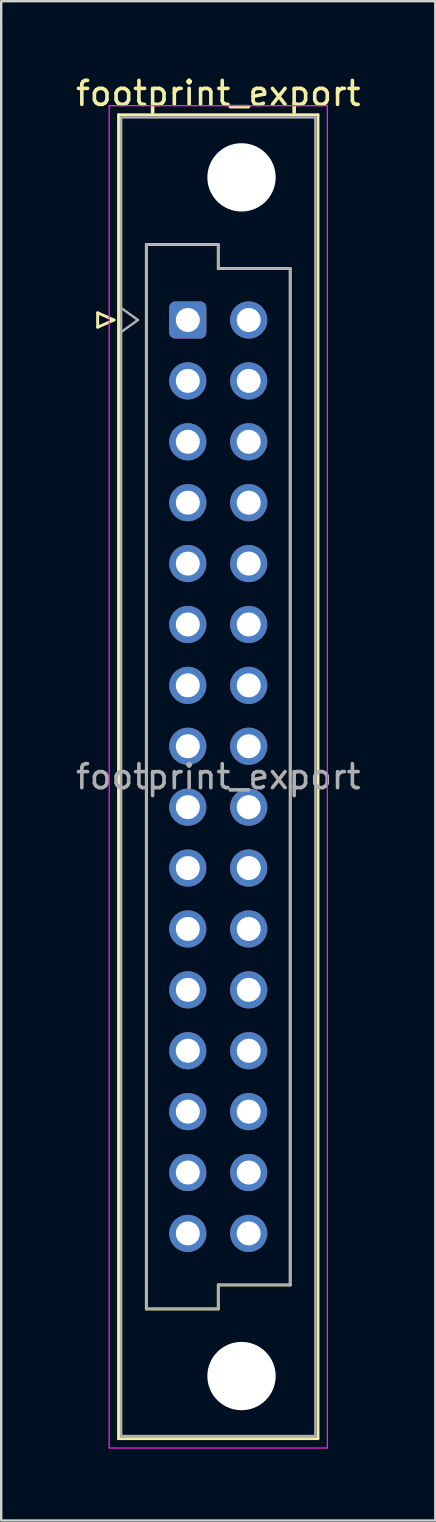
<source format=kicad_pcb>
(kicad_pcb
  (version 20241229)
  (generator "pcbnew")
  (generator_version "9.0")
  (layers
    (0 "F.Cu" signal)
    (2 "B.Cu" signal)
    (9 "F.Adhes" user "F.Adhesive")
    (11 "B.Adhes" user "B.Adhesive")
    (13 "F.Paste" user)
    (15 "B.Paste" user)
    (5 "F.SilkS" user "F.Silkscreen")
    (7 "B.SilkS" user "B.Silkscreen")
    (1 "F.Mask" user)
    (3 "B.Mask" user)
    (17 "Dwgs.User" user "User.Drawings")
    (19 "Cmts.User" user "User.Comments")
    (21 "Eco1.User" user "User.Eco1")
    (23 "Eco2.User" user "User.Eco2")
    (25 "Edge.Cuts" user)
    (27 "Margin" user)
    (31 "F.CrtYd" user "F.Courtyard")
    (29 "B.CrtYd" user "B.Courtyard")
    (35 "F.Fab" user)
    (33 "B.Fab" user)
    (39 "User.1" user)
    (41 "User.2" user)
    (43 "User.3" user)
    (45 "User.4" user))
  (footprint "footprint_export"
    (layer "F.Cu")
    (at 4.784 10.298)
    (property "Reference" "footprint_export" (at 1.27 -9.45 0) (layer "F.SilkS") (effects (font (size 1 1) (thickness 0.15))))
    (attr through_hole)
    (fp_line (start -3.76 -0.3) (end -3.76 0.3) (stroke (width 0.12) (type solid)) (layer "F.SilkS"))
    (fp_line (start -3.76 0.3) (end -3.08 0) (stroke (width 0.12) (type solid)) (layer "F.SilkS"))
    (fp_line (start -3.08 0) (end -3.76 -0.3) (stroke (width 0.12) (type solid)) (layer "F.SilkS"))
    (fp_line (start -2.89 -8.56) (end 5.43 -8.56) (stroke (width 0.12) (type solid)) (layer "F.SilkS"))
    (fp_line (start -2.89 46.66) (end -2.89 -8.56) (stroke (width 0.12) (type solid)) (layer "F.SilkS"))
    (fp_line (start -1.73 -3.15) (end 1.27 -3.15) (stroke (width 0.12) (type solid)) (layer "F.SilkS"))
    (fp_line (start -1.73 41.25) (end -1.73 -3.15) (stroke (width 0.12) (type solid)) (layer "F.SilkS"))
    (fp_line (start 1.27 -3.15) (end 1.27 -2.15) (stroke (width 0.12) (type solid)) (layer "F.SilkS"))
    (fp_line (start 1.27 -2.15) (end 4.27 -2.15) (stroke (width 0.12) (type solid)) (layer "F.SilkS"))
    (fp_line (start 1.27 40.25) (end 1.27 41.25) (stroke (width 0.12) (type solid)) (layer "F.SilkS"))
    (fp_line (start 1.27 41.25) (end -1.73 41.25) (stroke (width 0.12) (type solid)) (layer "F.SilkS"))
    (fp_line (start 4.27 -2.15) (end 4.27 40.25) (stroke (width 0.12) (type solid)) (layer "F.SilkS"))
    (fp_line (start 4.27 40.25) (end 1.27 40.25) (stroke (width 0.12) (type solid)) (layer "F.SilkS"))
    (fp_line (start 5.43 -8.56) (end 5.43 46.66) (stroke (width 0.12) (type solid)) (layer "F.SilkS"))
    (fp_line (start 5.43 46.66) (end -2.89 46.66) (stroke (width 0.12) (type solid)) (layer "F.SilkS"))
    (fp_line (start -3.28 -8.94) (end 5.82 -8.94) (stroke (width 0.05) (type solid)) (layer "F.CrtYd"))
    (fp_line (start -3.28 47.05) (end -3.28 -8.94) (stroke (width 0.05) (type solid)) (layer "F.CrtYd"))
    (fp_line (start 5.82 -8.94) (end 5.82 47.05) (stroke (width 0.05) (type solid)) (layer "F.CrtYd"))
    (fp_line (start 5.82 47.05) (end -3.28 47.05) (stroke (width 0.05) (type solid)) (layer "F.CrtYd"))
    (fp_line (start -2.78 -8.45) (end 5.32 -8.45) (stroke (width 0.1) (type solid)) (layer "F.Fab"))
    (fp_line (start -2.78 -0.5) (end -2.08 0) (stroke (width 0.1) (type solid)) (layer "F.Fab"))
    (fp_line (start -2.78 46.55) (end -2.78 -8.45) (stroke (width 0.1) (type solid)) (layer "F.Fab"))
    (fp_line (start -2.08 0) (end -2.78 0.5) (stroke (width 0.1) (type solid)) (layer "F.Fab"))
    (fp_line (start -1.73 -3.15) (end 1.27 -3.15) (stroke (width 0.1) (type solid)) (layer "F.Fab"))
    (fp_line (start -1.73 41.25) (end -1.73 -3.15) (stroke (width 0.1) (type solid)) (layer "F.Fab"))
    (fp_line (start 1.27 -3.15) (end 1.27 -2.15) (stroke (width 0.1) (type solid)) (layer "F.Fab"))
    (fp_line (start 1.27 -2.15) (end 4.27 -2.15) (stroke (width 0.1) (type solid)) (layer "F.Fab"))
    (fp_line (start 1.27 40.25) (end 1.27 41.25) (stroke (width 0.1) (type solid)) (layer "F.Fab"))
    (fp_line (start 1.27 41.25) (end -1.73 41.25) (stroke (width 0.1) (type solid)) (layer "F.Fab"))
    (fp_line (start 4.27 -2.15) (end 4.27 40.25) (stroke (width 0.1) (type solid)) (layer "F.Fab"))
    (fp_line (start 4.27 40.25) (end 1.27 40.25) (stroke (width 0.1) (type solid)) (layer "F.Fab"))
    (fp_line (start 5.32 -8.45) (end 5.32 46.55) (stroke (width 0.1) (type solid)) (layer "F.Fab"))
    (fp_line (start 5.32 46.55) (end -2.78 46.55) (stroke (width 0.1) (type solid)) (layer "F.Fab"))
    (fp_text user "${REFERENCE}" (at 1.27 19.05 0) (layer "F.Fab") (effects (font (size 1 1) (thickness 0.15))))
    (pad "" np_thru_hole circle (at 2.24 -5.95) (size 2.85 2.85) (drill 2.85) (layers "*.Cu" "*.Mask"))
    (pad "" np_thru_hole circle (at 2.24 44.05) (size 2.85 2.85) (drill 2.85) (layers "*.Cu" "*.Mask"))
    (pad "a1" thru_hole roundrect (at 0 0) (size 1.55 1.55) (drill 1) (layers "*.Cu" "*.Mask") (roundrect_rratio 0.161))
    (pad "a2" thru_hole circle (at 0 2.54) (size 1.55 1.55) (drill 1) (layers "*.Cu" "*.Mask"))
    (pad "a3" thru_hole circle (at 0 5.08) (size 1.55 1.55) (drill 1) (layers "*.Cu" "*.Mask"))
    (pad "a4" thru_hole circle (at 0 7.62) (size 1.55 1.55) (drill 1) (layers "*.Cu" "*.Mask"))
    (pad "a5" thru_hole circle (at 0 10.16) (size 1.55 1.55) (drill 1) (layers "*.Cu" "*.Mask"))
    (pad "a6" thru_hole circle (at 0 12.7) (size 1.55 1.55) (drill 1) (layers "*.Cu" "*.Mask"))
    (pad "a7" thru_hole circle (at 0 15.24) (size 1.55 1.55) (drill 1) (layers "*.Cu" "*.Mask"))
    (pad "a8" thru_hole circle (at 0 17.78) (size 1.55 1.55) (drill 1) (layers "*.Cu" "*.Mask"))
    (pad "a9" thru_hole circle (at 0 20.32) (size 1.55 1.55) (drill 1) (layers "*.Cu" "*.Mask"))
    (pad "a10" thru_hole circle (at 0 22.86) (size 1.55 1.55) (drill 1) (layers "*.Cu" "*.Mask"))
    (pad "a11" thru_hole circle (at 0 25.4) (size 1.55 1.55) (drill 1) (layers "*.Cu" "*.Mask"))
    (pad "a12" thru_hole circle (at 0 27.94) (size 1.55 1.55) (drill 1) (layers "*.Cu" "*.Mask"))
    (pad "a13" thru_hole circle (at 0 30.48) (size 1.55 1.55) (drill 1) (layers "*.Cu" "*.Mask"))
    (pad "a14" thru_hole circle (at 0 33.02) (size 1.55 1.55) (drill 1) (layers "*.Cu" "*.Mask"))
    (pad "a15" thru_hole circle (at 0 35.56) (size 1.55 1.55) (drill 1) (layers "*.Cu" "*.Mask"))
    (pad "a16" thru_hole circle (at 0 38.1) (size 1.55 1.55) (drill 1) (layers "*.Cu" "*.Mask"))
    (pad "b1" thru_hole circle (at 2.54 0) (size 1.55 1.55) (drill 1) (layers "*.Cu" "*.Mask"))
    (pad "b2" thru_hole circle (at 2.54 2.54) (size 1.55 1.55) (drill 1) (layers "*.Cu" "*.Mask"))
    (pad "b3" thru_hole circle (at 2.54 5.08) (size 1.55 1.55) (drill 1) (layers "*.Cu" "*.Mask"))
    (pad "b4" thru_hole circle (at 2.54 7.62) (size 1.55 1.55) (drill 1) (layers "*.Cu" "*.Mask"))
    (pad "b5" thru_hole circle (at 2.54 10.16) (size 1.55 1.55) (drill 1) (layers "*.Cu" "*.Mask"))
    (pad "b6" thru_hole circle (at 2.54 12.7) (size 1.55 1.55) (drill 1) (layers "*.Cu" "*.Mask"))
    (pad "b7" thru_hole circle (at 2.54 15.24) (size 1.55 1.55) (drill 1) (layers "*.Cu" "*.Mask"))
    (pad "b8" thru_hole circle (at 2.54 17.78) (size 1.55 1.55) (drill 1) (layers "*.Cu" "*.Mask"))
    (pad "b9" thru_hole circle (at 2.54 20.32) (size 1.55 1.55) (drill 1) (layers "*.Cu" "*.Mask"))
    (pad "b10" thru_hole circle (at 2.54 22.86) (size 1.55 1.55) (drill 1) (layers "*.Cu" "*.Mask"))
    (pad "b11" thru_hole circle (at 2.54 25.4) (size 1.55 1.55) (drill 1) (layers "*.Cu" "*.Mask"))
    (pad "b12" thru_hole circle (at 2.54 27.94) (size 1.55 1.55) (drill 1) (layers "*.Cu" "*.Mask"))
    (pad "b13" thru_hole circle (at 2.54 30.48) (size 1.55 1.55) (drill 1) (layers "*.Cu" "*.Mask"))
    (pad "b14" thru_hole circle (at 2.54 33.02) (size 1.55 1.55) (drill 1) (layers "*.Cu" "*.Mask"))
    (pad "b15" thru_hole circle (at 2.54 35.56) (size 1.55 1.55) (drill 1) (layers "*.Cu" "*.Mask"))
    (pad "b16" thru_hole circle (at 2.54 38.1) (size 1.55 1.55) (drill 1) (layers "*.Cu" "*.Mask")))
  (gr_rect
    (start -3 -3)
    (end 15.107 60.373)
    (stroke (width 0.1) (type default))
    (fill no)
    (layer "Edge.Cuts")))
</source>
